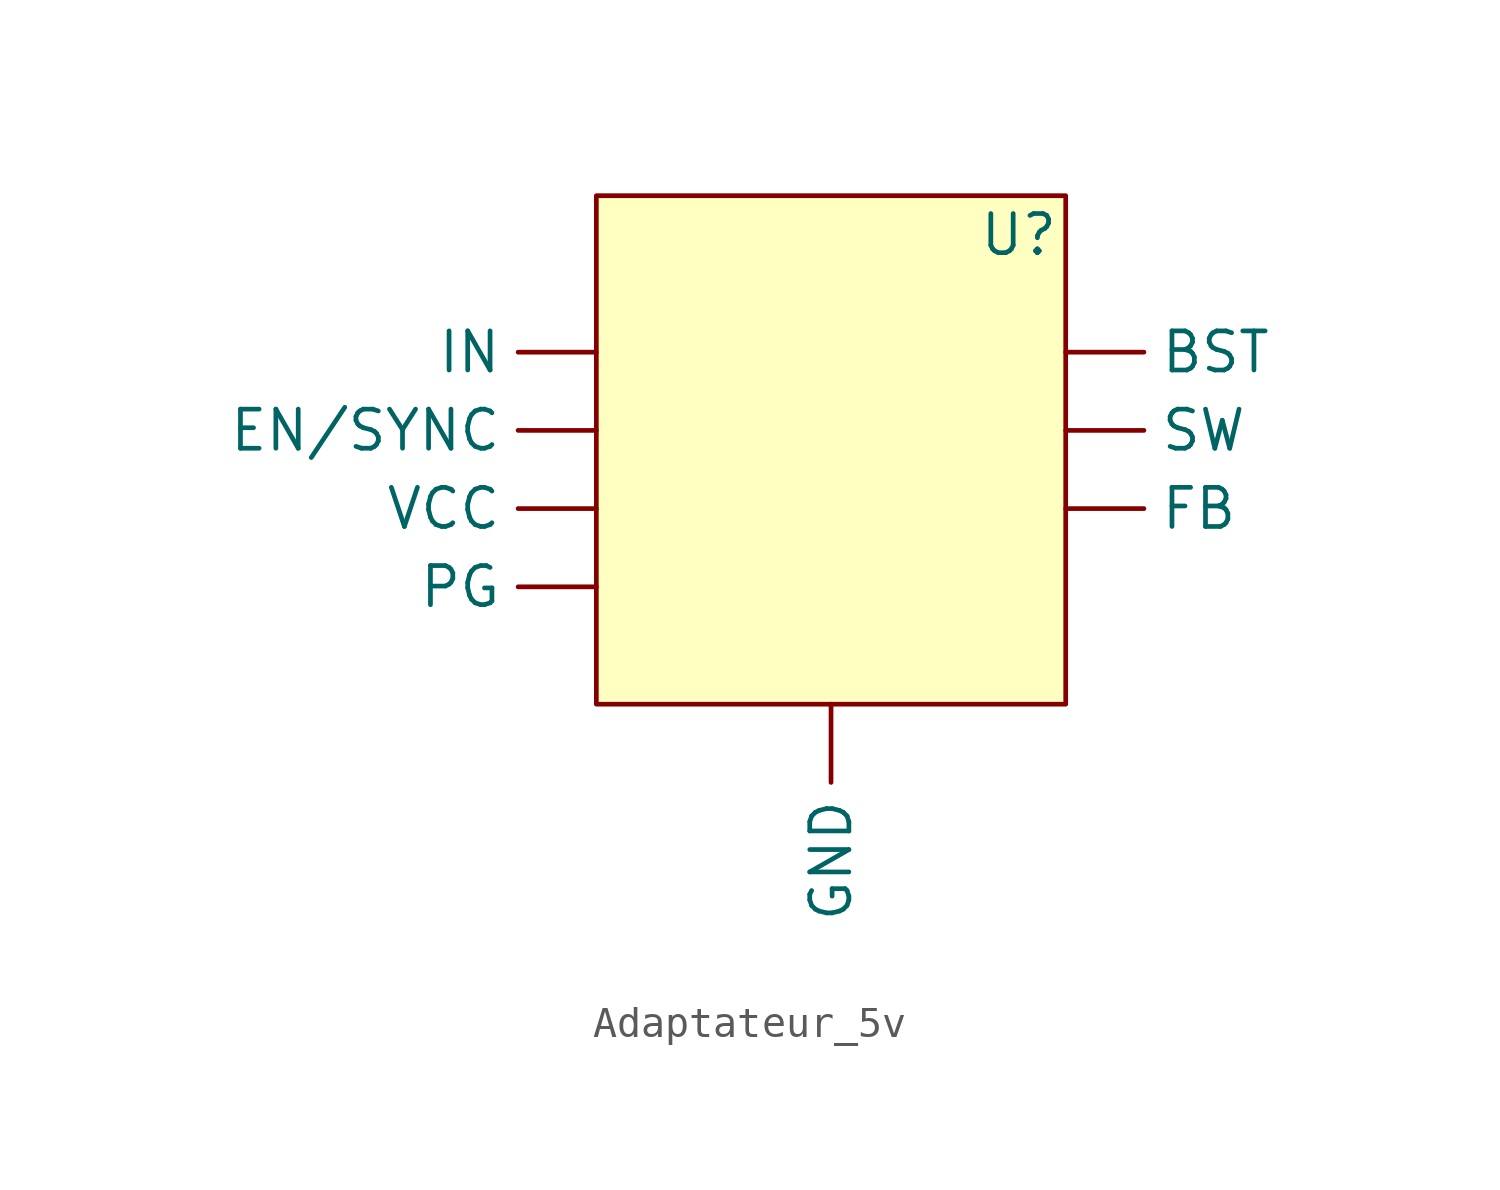
<source format=kicad_sym>
(kicad_symbol_lib
  (version 20231120)
  (generator "kicad_symbol_editor")
  (generator_version "8.0")
  (symbol "Adaptateur_5v"
    (property "Reference" "U"
      (at 13.716 2.54 0)
      (effects (font (size 1.27 1.27))))
    (property "Value" ""
      (at 0 0 0)
      (effects (font (size 1.27 1.27))))
    (symbol "Adaptateur_5v_1_1"
      (rectangle (start 0 3.81) (end 15.24 -12.7) (stroke (width 0) (type default)) (fill (type background)))
      (pin passive line (at 15.24 -1.27 0) (length 2.54) (name "BST" (effects (font (size 1.27 1.27)))) (number "" (effects (font (size 1.27 1.27)))))
      (pin passive line (at 0 -3.81 180) (length 2.54) (name "EN/SYNC" (effects (font (size 1.27 1.27)))) (number "" (effects (font (size 1.27 1.27)))))
      (pin passive line (at 15.24 -6.35 0) (length 2.54) (name "FB" (effects (font (size 1.27 1.27)))) (number "" (effects (font (size 1.27 1.27)))))
      (pin passive line (at 7.62 -12.7 270) (length 2.54) (name "GND" (effects (font (size 1.27 1.27)))) (number "" (effects (font (size 1.27 1.27)))))
      (pin passive line (at 0 -1.27 180) (length 2.54) (name "IN" (effects (font (size 1.27 1.27)))) (number "" (effects (font (size 1.27 1.27)))))
      (pin passive line (at 0 -8.89 180) (length 2.54) (name "PG" (effects (font (size 1.27 1.27)))) (number "" (effects (font (size 1.27 1.27)))))
      (pin passive line (at 15.24 -3.81 0) (length 2.54) (name "SW" (effects (font (size 1.27 1.27)))) (number "" (effects (font (size 1.27 1.27)))))
      (pin passive line (at 0 -6.35 180) (length 2.54) (name "VCC" (effects (font (size 1.27 1.27)))) (number "" (effects (font (size 1.27 1.27))))))))
</source>
